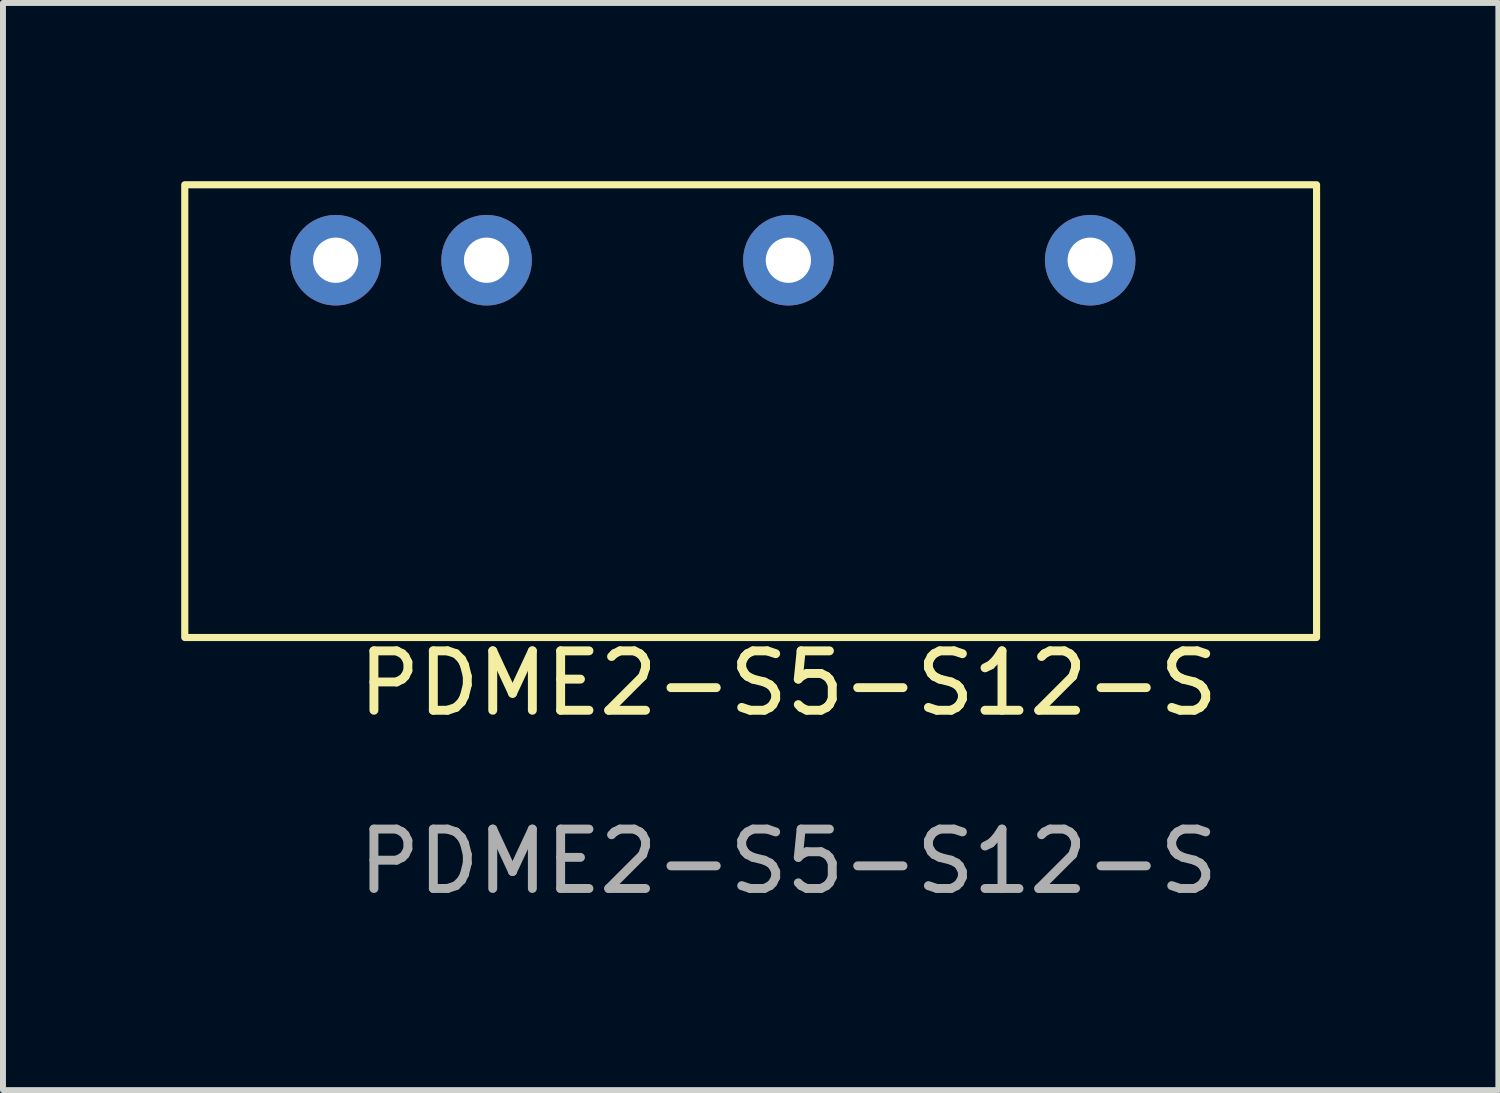
<source format=kicad_pcb>
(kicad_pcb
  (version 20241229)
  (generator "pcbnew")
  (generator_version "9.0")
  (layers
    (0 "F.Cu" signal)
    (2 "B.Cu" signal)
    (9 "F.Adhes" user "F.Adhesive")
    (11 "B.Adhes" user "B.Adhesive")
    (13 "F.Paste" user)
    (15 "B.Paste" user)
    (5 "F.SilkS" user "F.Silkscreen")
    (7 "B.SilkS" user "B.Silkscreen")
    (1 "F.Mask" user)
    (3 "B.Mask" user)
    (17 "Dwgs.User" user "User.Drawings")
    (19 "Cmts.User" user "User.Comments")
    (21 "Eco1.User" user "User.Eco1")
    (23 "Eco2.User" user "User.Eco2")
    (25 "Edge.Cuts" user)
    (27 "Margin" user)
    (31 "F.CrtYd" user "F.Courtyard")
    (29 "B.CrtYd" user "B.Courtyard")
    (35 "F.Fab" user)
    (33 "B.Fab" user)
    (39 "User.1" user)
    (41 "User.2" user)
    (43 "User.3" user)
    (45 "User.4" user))
  (footprint "PDME2-S5-S12-S"
    (layer "F.Cu")
    (at 10.22 3.87)
    (property "Reference" "PDME2-S5-S12-S" (at 0 4.58 0) (unlocked yes) (layer "F.SilkS") (effects (font (size 1 1) (thickness 0.15))))
    (attr through_hole)
    (fp_rect (start 8.89 -3.81) (end -10.16 3.81) (stroke (width 0.12) (type solid)) (fill no) (layer "F.SilkS"))
    (fp_text user "${REFERENCE}" (at 0 7.58 0) (unlocked yes) (layer "F.Fab") (effects (font (size 1 1) (thickness 0.15))))
    (pad "1" thru_hole circle (at -7.62 -2.54) (size 1.524 1.524) (drill 0.762) (layers "*.Cu" "*.Mask"))
    (pad "2" thru_hole circle (at -5.08 -2.54) (size 1.524 1.524) (drill 0.762) (layers "*.Cu" "*.Mask"))
    (pad "4" thru_hole circle (at 0 -2.54) (size 1.524 1.524) (drill 0.762) (layers "*.Cu" "*.Mask"))
    (pad "6" thru_hole circle (at 5.08 -2.54) (size 1.524 1.524) (drill 0.762) (layers "*.Cu" "*.Mask")))
  (gr_rect
    (start -3 -3)
    (end 22.17 15.298)
    (stroke (width 0.1) (type default))
    (fill no)
    (layer "Edge.Cuts")))
</source>
